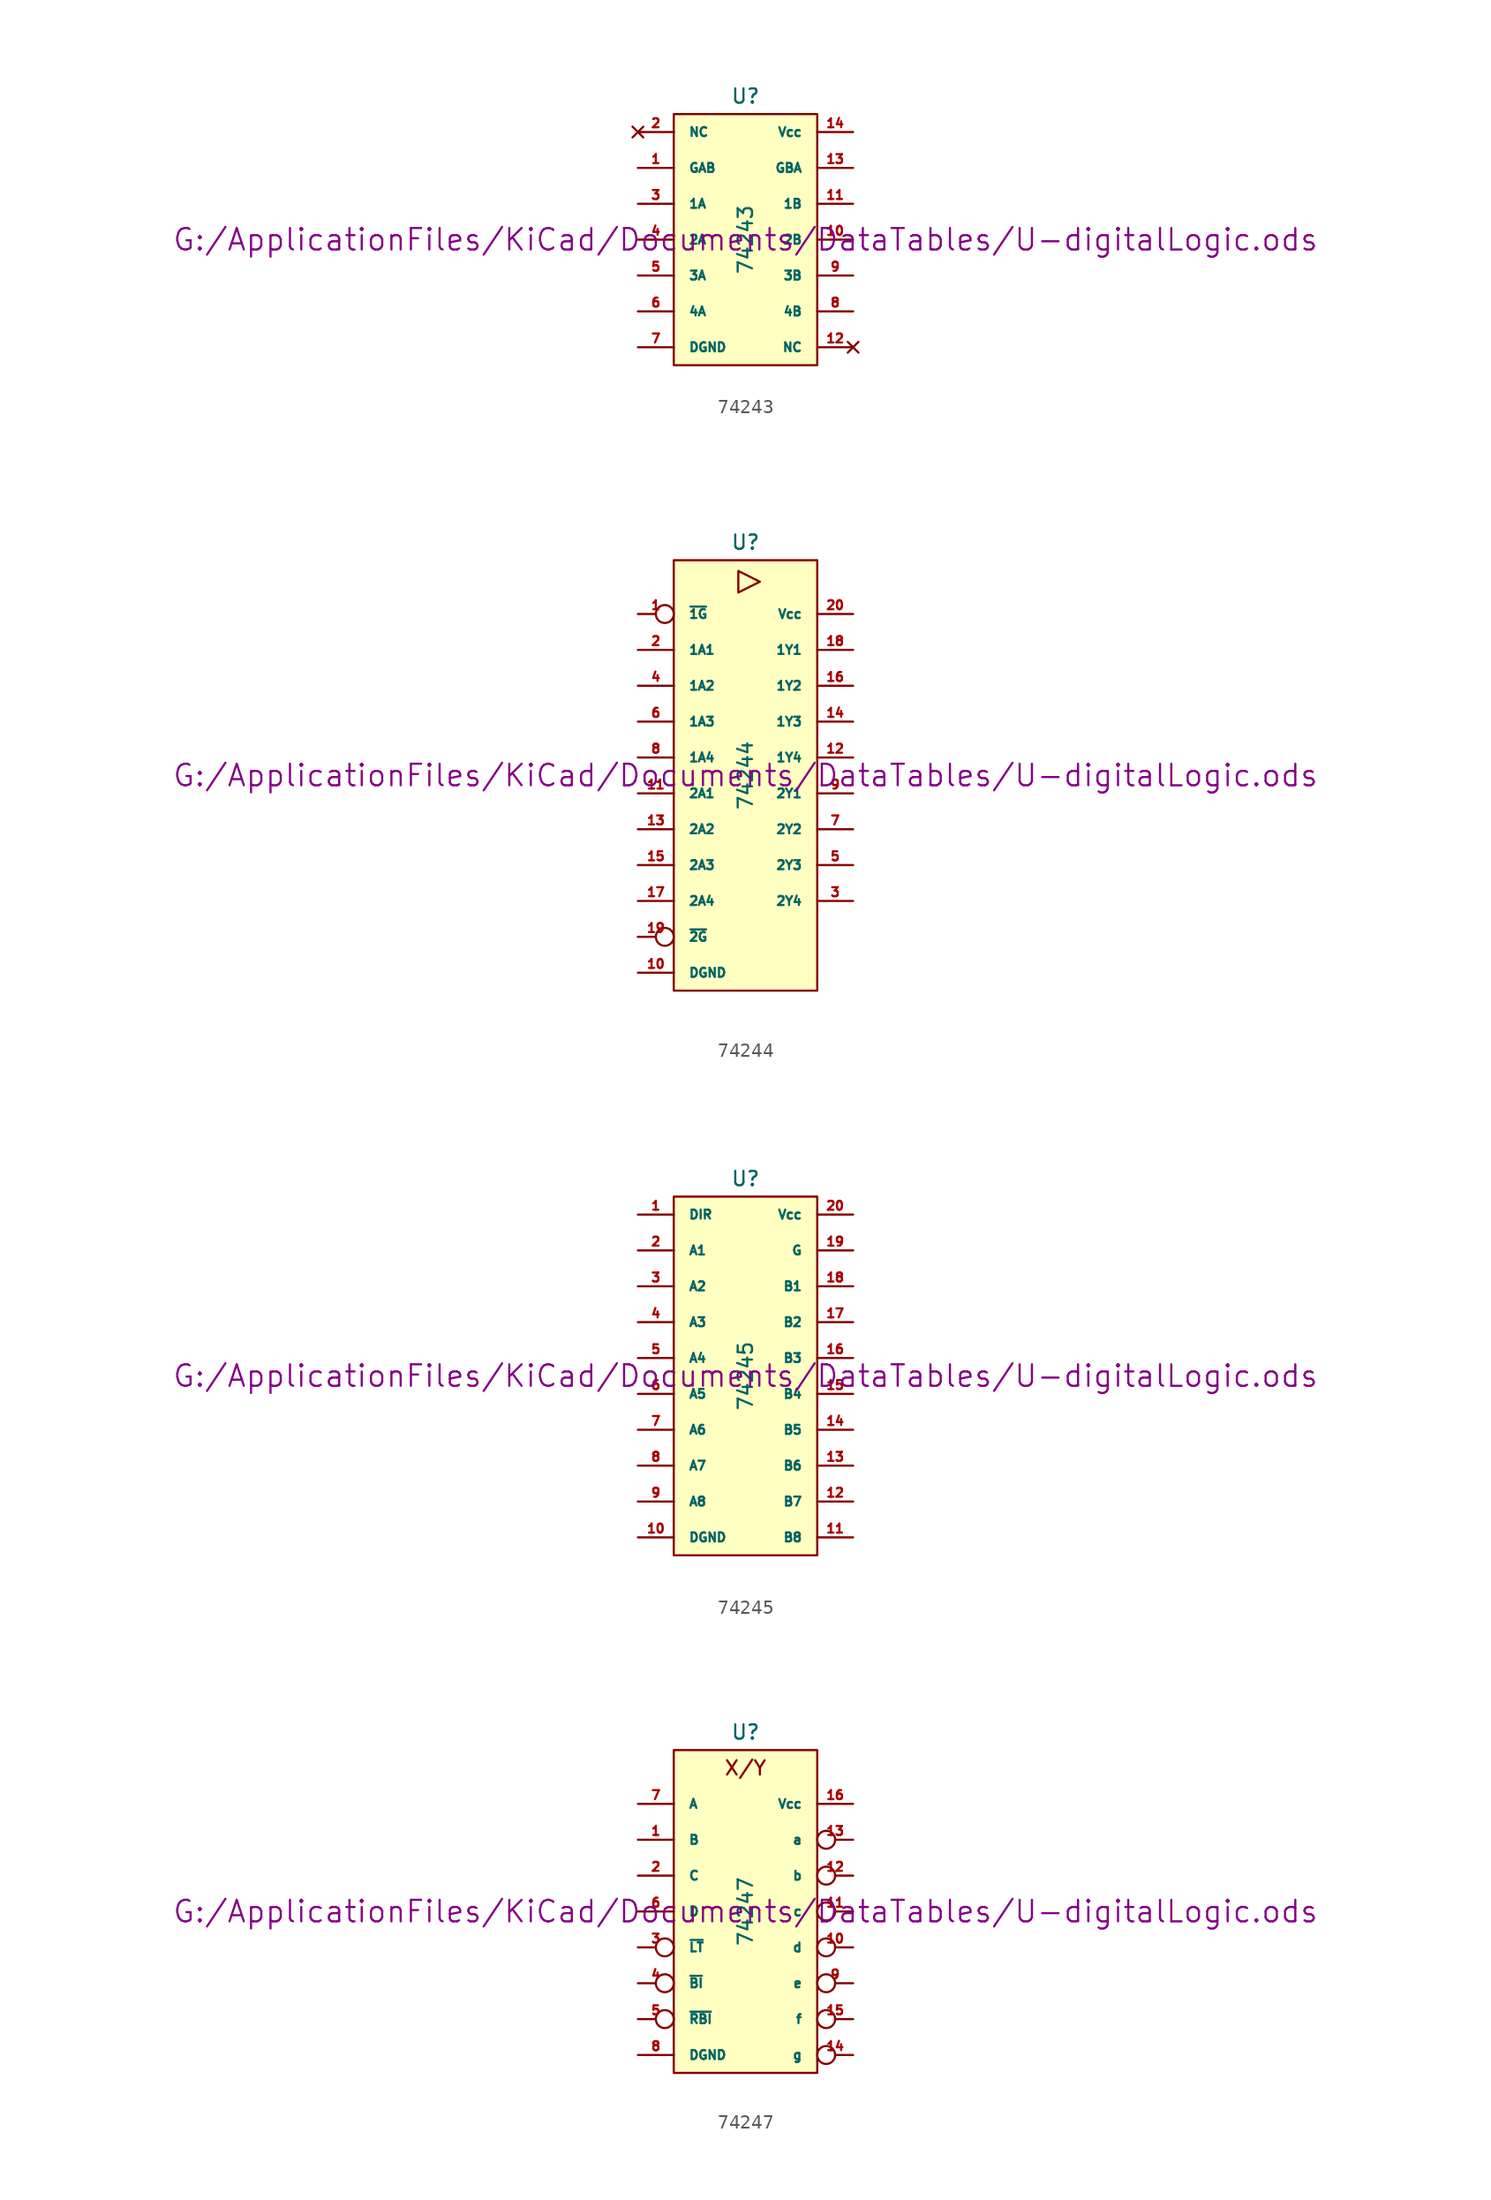
<source format=kicad_sym>
(kicad_symbol_lib
  (version 20211014)
  (generator kicad_symbol_editor)
  (symbol "74243"
    (pin_names
      (offset 1.016))
    (property "Reference" "U"
      (at 0 10.16 0)
      (effects (font (size 1.016 1.016))))
    (property "Value" "74243"
      (at 0 0 90)
      (effects (font (size 1.016 1.016))))
    (property "Footprint" ""
      (at 0 0 0)
      (effects (font (size 1.524 1.524))))
    (property "Datasheet" "G:/ApplicationFiles/KiCad/Documents/DataTables/U-digitalLogic.ods"
      (at 0 0 0)
      (effects (font (size 1.524 1.524))))
    (symbol "74243_0_1"
      (rectangle (start -5.08 8.89) (end 5.08 -8.89) (stroke (width 0) (type default) (color 0 0 0 0)) (fill (type background))))
    (symbol "74243_1_1"
      (pin input line (at -7.62 5.08 0) (length 2.54) (name "GAB" (effects (font (size 0.635 0.635)))) (number "1" (effects (font (size 0.635 0.635)))))
      (pin output line (at 7.62 0 180) (length 2.54) (name "2B" (effects (font (size 0.635 0.635)))) (number "10" (effects (font (size 0.635 0.635)))))
      (pin output line (at 7.62 2.54 180) (length 2.54) (name "1B" (effects (font (size 0.635 0.635)))) (number "11" (effects (font (size 0.635 0.635)))))
      (pin no_connect line (at 7.62 -7.62 180) (length 2.54) (name "NC" (effects (font (size 0.635 0.635)))) (number "12" (effects (font (size 0.635 0.635)))))
      (pin input line (at 7.62 5.08 180) (length 2.54) (name "GBA" (effects (font (size 0.635 0.635)))) (number "13" (effects (font (size 0.635 0.635)))))
      (pin power_in line (at 7.62 7.62 180) (length 2.54) (name "Vcc" (effects (font (size 0.635 0.635)))) (number "14" (effects (font (size 0.635 0.635)))))
      (pin no_connect line (at -7.62 7.62 0) (length 2.54) (name "NC" (effects (font (size 0.635 0.635)))) (number "2" (effects (font (size 0.635 0.635)))))
      (pin tri_state line (at -7.62 2.54 0) (length 2.54) (name "1A" (effects (font (size 0.635 0.635)))) (number "3" (effects (font (size 0.635 0.635)))))
      (pin tri_state line (at -7.62 0 0) (length 2.54) (name "2A" (effects (font (size 0.635 0.635)))) (number "4" (effects (font (size 0.635 0.635)))))
      (pin tri_state line (at -7.62 -2.54 0) (length 2.54) (name "3A" (effects (font (size 0.635 0.635)))) (number "5" (effects (font (size 0.635 0.635)))))
      (pin tri_state line (at -7.62 -5.08 0) (length 2.54) (name "4A" (effects (font (size 0.635 0.635)))) (number "6" (effects (font (size 0.635 0.635)))))
      (pin power_in line (at -7.62 -7.62 0) (length 2.54) (name "DGND" (effects (font (size 0.635 0.635)))) (number "7" (effects (font (size 0.635 0.635)))))
      (pin output line (at 7.62 -5.08 180) (length 2.54) (name "4B" (effects (font (size 0.635 0.635)))) (number "8" (effects (font (size 0.635 0.635)))))
      (pin output line (at 7.62 -2.54 180) (length 2.54) (name "3B" (effects (font (size 0.635 0.635)))) (number "9" (effects (font (size 0.635 0.635)))))))
  (symbol "74244"
    (pin_names
      (offset 1.016))
    (property "Reference" "U"
      (at 0 16.51 0)
      (effects (font (size 1.016 1.016))))
    (property "Value" "74244"
      (at 0 0 90)
      (effects (font (size 1.016 1.016))))
    (property "Footprint" ""
      (at 0 0 0)
      (effects (font (size 1.524 1.524))))
    (property "Datasheet" "G:/ApplicationFiles/KiCad/Documents/DataTables/U-digitalLogic.ods"
      (at 0 0 0)
      (effects (font (size 1.524 1.524))))
    (symbol "74244_0_0"
      (polyline (pts (xy -0.508 14.478) (xy -0.508 12.954) (xy 1.016 13.716) (xy -0.508 14.478)) (stroke (width 0) (type default) (color 0 0 0 0)) (fill (type none))))
    (symbol "74244_0_1"
      (rectangle (start -5.08 15.24) (end 5.08 -15.24) (stroke (width 0) (type default) (color 0 0 0 0)) (fill (type background))))
    (symbol "74244_1_1"
      (pin input inverted (at -7.62 11.43 0) (length 2.54) (name "~{1G}" (effects (font (size 0.635 0.635)))) (number "1" (effects (font (size 0.635 0.635)))))
      (pin power_in line (at -7.62 -13.97 0) (length 2.54) (name "DGND" (effects (font (size 0.635 0.635)))) (number "10" (effects (font (size 0.635 0.635)))))
      (pin input line (at -7.62 -1.27 0) (length 2.54) (name "2A1" (effects (font (size 0.635 0.635)))) (number "11" (effects (font (size 0.635 0.635)))))
      (pin tri_state line (at 7.62 1.27 180) (length 2.54) (name "1Y4" (effects (font (size 0.635 0.635)))) (number "12" (effects (font (size 0.635 0.635)))))
      (pin input line (at -7.62 -3.81 0) (length 2.54) (name "2A2" (effects (font (size 0.635 0.635)))) (number "13" (effects (font (size 0.635 0.635)))))
      (pin tri_state line (at 7.62 3.81 180) (length 2.54) (name "1Y3" (effects (font (size 0.635 0.635)))) (number "14" (effects (font (size 0.635 0.635)))))
      (pin input line (at -7.62 -6.35 0) (length 2.54) (name "2A3" (effects (font (size 0.635 0.635)))) (number "15" (effects (font (size 0.635 0.635)))))
      (pin tri_state line (at 7.62 6.35 180) (length 2.54) (name "1Y2" (effects (font (size 0.635 0.635)))) (number "16" (effects (font (size 0.635 0.635)))))
      (pin input line (at -7.62 -8.89 0) (length 2.54) (name "2A4" (effects (font (size 0.635 0.635)))) (number "17" (effects (font (size 0.635 0.635)))))
      (pin tri_state line (at 7.62 8.89 180) (length 2.54) (name "1Y1" (effects (font (size 0.635 0.635)))) (number "18" (effects (font (size 0.635 0.635)))))
      (pin input inverted (at -7.62 -11.43 0) (length 2.54) (name "~{2G}" (effects (font (size 0.635 0.635)))) (number "19" (effects (font (size 0.635 0.635)))))
      (pin input line (at -7.62 8.89 0) (length 2.54) (name "1A1" (effects (font (size 0.635 0.635)))) (number "2" (effects (font (size 0.635 0.635)))))
      (pin power_in line (at 7.62 11.43 180) (length 2.54) (name "Vcc" (effects (font (size 0.635 0.635)))) (number "20" (effects (font (size 0.635 0.635)))))
      (pin tri_state line (at 7.62 -8.89 180) (length 2.54) (name "2Y4" (effects (font (size 0.635 0.635)))) (number "3" (effects (font (size 0.635 0.635)))))
      (pin input line (at -7.62 6.35 0) (length 2.54) (name "1A2" (effects (font (size 0.635 0.635)))) (number "4" (effects (font (size 0.635 0.635)))))
      (pin tri_state line (at 7.62 -6.35 180) (length 2.54) (name "2Y3" (effects (font (size 0.635 0.635)))) (number "5" (effects (font (size 0.635 0.635)))))
      (pin input line (at -7.62 3.81 0) (length 2.54) (name "1A3" (effects (font (size 0.635 0.635)))) (number "6" (effects (font (size 0.635 0.635)))))
      (pin tri_state line (at 7.62 -3.81 180) (length 2.54) (name "2Y2" (effects (font (size 0.635 0.635)))) (number "7" (effects (font (size 0.635 0.635)))))
      (pin input line (at -7.62 1.27 0) (length 2.54) (name "1A4" (effects (font (size 0.635 0.635)))) (number "8" (effects (font (size 0.635 0.635)))))
      (pin tri_state line (at 7.62 -1.27 180) (length 2.54) (name "2Y1" (effects (font (size 0.635 0.635)))) (number "9" (effects (font (size 0.635 0.635)))))))
  (symbol "74245"
    (pin_names
      (offset 1.016))
    (property "Reference" "U"
      (at 0 13.97 0)
      (effects (font (size 1.016 1.016))))
    (property "Value" "74245"
      (at 0 0 90)
      (effects (font (size 1.016 1.016))))
    (property "Footprint" ""
      (at 0 0 0)
      (effects (font (size 1.524 1.524))))
    (property "Datasheet" "G:/ApplicationFiles/KiCad/Documents/DataTables/U-digitalLogic.ods"
      (at 0 0 0)
      (effects (font (size 1.524 1.524))))
    (symbol "74245_0_1"
      (rectangle (start -5.08 12.7) (end 5.08 -12.7) (stroke (width 0) (type default) (color 0 0 0 0)) (fill (type background))))
    (symbol "74245_1_1"
      (pin input line (at -7.62 11.43 0) (length 2.54) (name "DIR" (effects (font (size 0.635 0.635)))) (number "1" (effects (font (size 0.635 0.635)))))
      (pin power_in line (at -7.62 -11.43 0) (length 2.54) (name "DGND" (effects (font (size 0.635 0.635)))) (number "10" (effects (font (size 0.635 0.635)))))
      (pin tri_state line (at 7.62 -11.43 180) (length 2.54) (name "B8" (effects (font (size 0.635 0.635)))) (number "11" (effects (font (size 0.635 0.635)))))
      (pin tri_state line (at 7.62 -8.89 180) (length 2.54) (name "B7" (effects (font (size 0.635 0.635)))) (number "12" (effects (font (size 0.635 0.635)))))
      (pin tri_state line (at 7.62 -6.35 180) (length 2.54) (name "B6" (effects (font (size 0.635 0.635)))) (number "13" (effects (font (size 0.635 0.635)))))
      (pin tri_state line (at 7.62 -3.81 180) (length 2.54) (name "B5" (effects (font (size 0.635 0.635)))) (number "14" (effects (font (size 0.635 0.635)))))
      (pin tri_state line (at 7.62 -1.27 180) (length 2.54) (name "B4" (effects (font (size 0.635 0.635)))) (number "15" (effects (font (size 0.635 0.635)))))
      (pin tri_state line (at 7.62 1.27 180) (length 2.54) (name "B3" (effects (font (size 0.635 0.635)))) (number "16" (effects (font (size 0.635 0.635)))))
      (pin tri_state line (at 7.62 3.81 180) (length 2.54) (name "B2" (effects (font (size 0.635 0.635)))) (number "17" (effects (font (size 0.635 0.635)))))
      (pin tri_state line (at 7.62 6.35 180) (length 2.54) (name "B1" (effects (font (size 0.635 0.635)))) (number "18" (effects (font (size 0.635 0.635)))))
      (pin input line (at 7.62 8.89 180) (length 2.54) (name "G" (effects (font (size 0.635 0.635)))) (number "19" (effects (font (size 0.635 0.635)))))
      (pin tri_state line (at -7.62 8.89 0) (length 2.54) (name "A1" (effects (font (size 0.635 0.635)))) (number "2" (effects (font (size 0.635 0.635)))))
      (pin power_in line (at 7.62 11.43 180) (length 2.54) (name "Vcc" (effects (font (size 0.635 0.635)))) (number "20" (effects (font (size 0.635 0.635)))))
      (pin tri_state line (at -7.62 6.35 0) (length 2.54) (name "A2" (effects (font (size 0.635 0.635)))) (number "3" (effects (font (size 0.635 0.635)))))
      (pin tri_state line (at -7.62 3.81 0) (length 2.54) (name "A3" (effects (font (size 0.635 0.635)))) (number "4" (effects (font (size 0.635 0.635)))))
      (pin tri_state line (at -7.62 1.27 0) (length 2.54) (name "A4" (effects (font (size 0.635 0.635)))) (number "5" (effects (font (size 0.635 0.635)))))
      (pin tri_state line (at -7.62 -1.27 0) (length 2.54) (name "A5" (effects (font (size 0.635 0.635)))) (number "6" (effects (font (size 0.635 0.635)))))
      (pin tri_state line (at -7.62 -3.81 0) (length 2.54) (name "A6" (effects (font (size 0.635 0.635)))) (number "7" (effects (font (size 0.635 0.635)))))
      (pin tri_state line (at -7.62 -6.35 0) (length 2.54) (name "A7" (effects (font (size 0.635 0.635)))) (number "8" (effects (font (size 0.635 0.635)))))
      (pin tri_state line (at -7.62 -8.89 0) (length 2.54) (name "A8" (effects (font (size 0.635 0.635)))) (number "9" (effects (font (size 0.635 0.635)))))))
  (symbol "74247"
    (pin_names
      (offset 1.016))
    (property "Reference" "U"
      (at 0 12.7 0)
      (effects (font (size 1.016 1.016))))
    (property "Value" "74247"
      (at 0 0 90)
      (effects (font (size 1.016 1.016))))
    (property "Footprint" ""
      (at 0 0 0)
      (effects (font (size 1.524 1.524))))
    (property "Datasheet" "G:/ApplicationFiles/KiCad/Documents/DataTables/U-digitalLogic.ods"
      (at 0 0 0)
      (effects (font (size 1.524 1.524))))
    (symbol "74247_0_0"
      (text "X/Y" (at 0 10.16 0) (effects (font (size 1.016 1.016)))))
    (symbol "74247_0_1"
      (rectangle (start -5.08 11.43) (end 5.08 -11.43) (stroke (width 0) (type default) (color 0 0 0 0)) (fill (type background))))
    (symbol "74247_1_1"
      (pin input line (at -7.62 5.08 0) (length 2.54) (name "B" (effects (font (size 0.635 0.635)))) (number "1" (effects (font (size 0.635 0.635)))))
      (pin open_collector inverted (at 7.62 -2.54 180) (length 2.54) (name "d" (effects (font (size 0.635 0.635)))) (number "10" (effects (font (size 0.635 0.635)))))
      (pin open_collector inverted (at 7.62 0 180) (length 2.54) (name "c" (effects (font (size 0.635 0.635)))) (number "11" (effects (font (size 0.635 0.635)))))
      (pin open_collector inverted (at 7.62 2.54 180) (length 2.54) (name "b" (effects (font (size 0.635 0.635)))) (number "12" (effects (font (size 0.635 0.635)))))
      (pin open_collector inverted (at 7.62 5.08 180) (length 2.54) (name "a" (effects (font (size 0.635 0.635)))) (number "13" (effects (font (size 0.635 0.635)))))
      (pin open_collector inverted (at 7.62 -10.16 180) (length 2.54) (name "g" (effects (font (size 0.635 0.635)))) (number "14" (effects (font (size 0.635 0.635)))))
      (pin open_collector inverted (at 7.62 -7.62 180) (length 2.54) (name "f" (effects (font (size 0.635 0.635)))) (number "15" (effects (font (size 0.635 0.635)))))
      (pin power_in line (at 7.62 7.62 180) (length 2.54) (name "Vcc" (effects (font (size 0.635 0.635)))) (number "16" (effects (font (size 0.635 0.635)))))
      (pin input line (at -7.62 2.54 0) (length 2.54) (name "C" (effects (font (size 0.635 0.635)))) (number "2" (effects (font (size 0.635 0.635)))))
      (pin input inverted (at -7.62 -2.54 0) (length 2.54) (name "~{LT}" (effects (font (size 0.635 0.635)))) (number "3" (effects (font (size 0.635 0.635)))))
      (pin input inverted (at -7.62 -5.08 0) (length 2.54) (name "~{BI}" (effects (font (size 0.635 0.635)))) (number "4" (effects (font (size 0.635 0.635)))))
      (pin input inverted (at -7.62 -7.62 0) (length 2.54) (name "~{RBI}" (effects (font (size 0.635 0.635)))) (number "5" (effects (font (size 0.635 0.635)))))
      (pin input line (at -7.62 0 0) (length 2.54) (name "D" (effects (font (size 0.635 0.635)))) (number "6" (effects (font (size 0.635 0.635)))))
      (pin input line (at -7.62 7.62 0) (length 2.54) (name "A" (effects (font (size 0.635 0.635)))) (number "7" (effects (font (size 0.635 0.635)))))
      (pin power_in line (at -7.62 -10.16 0) (length 2.54) (name "DGND" (effects (font (size 0.635 0.635)))) (number "8" (effects (font (size 0.635 0.635)))))
      (pin open_collector inverted (at 7.62 -5.08 180) (length 2.54) (name "e" (effects (font (size 0.635 0.635)))) (number "9" (effects (font (size 0.635 0.635))))))))
</source>
